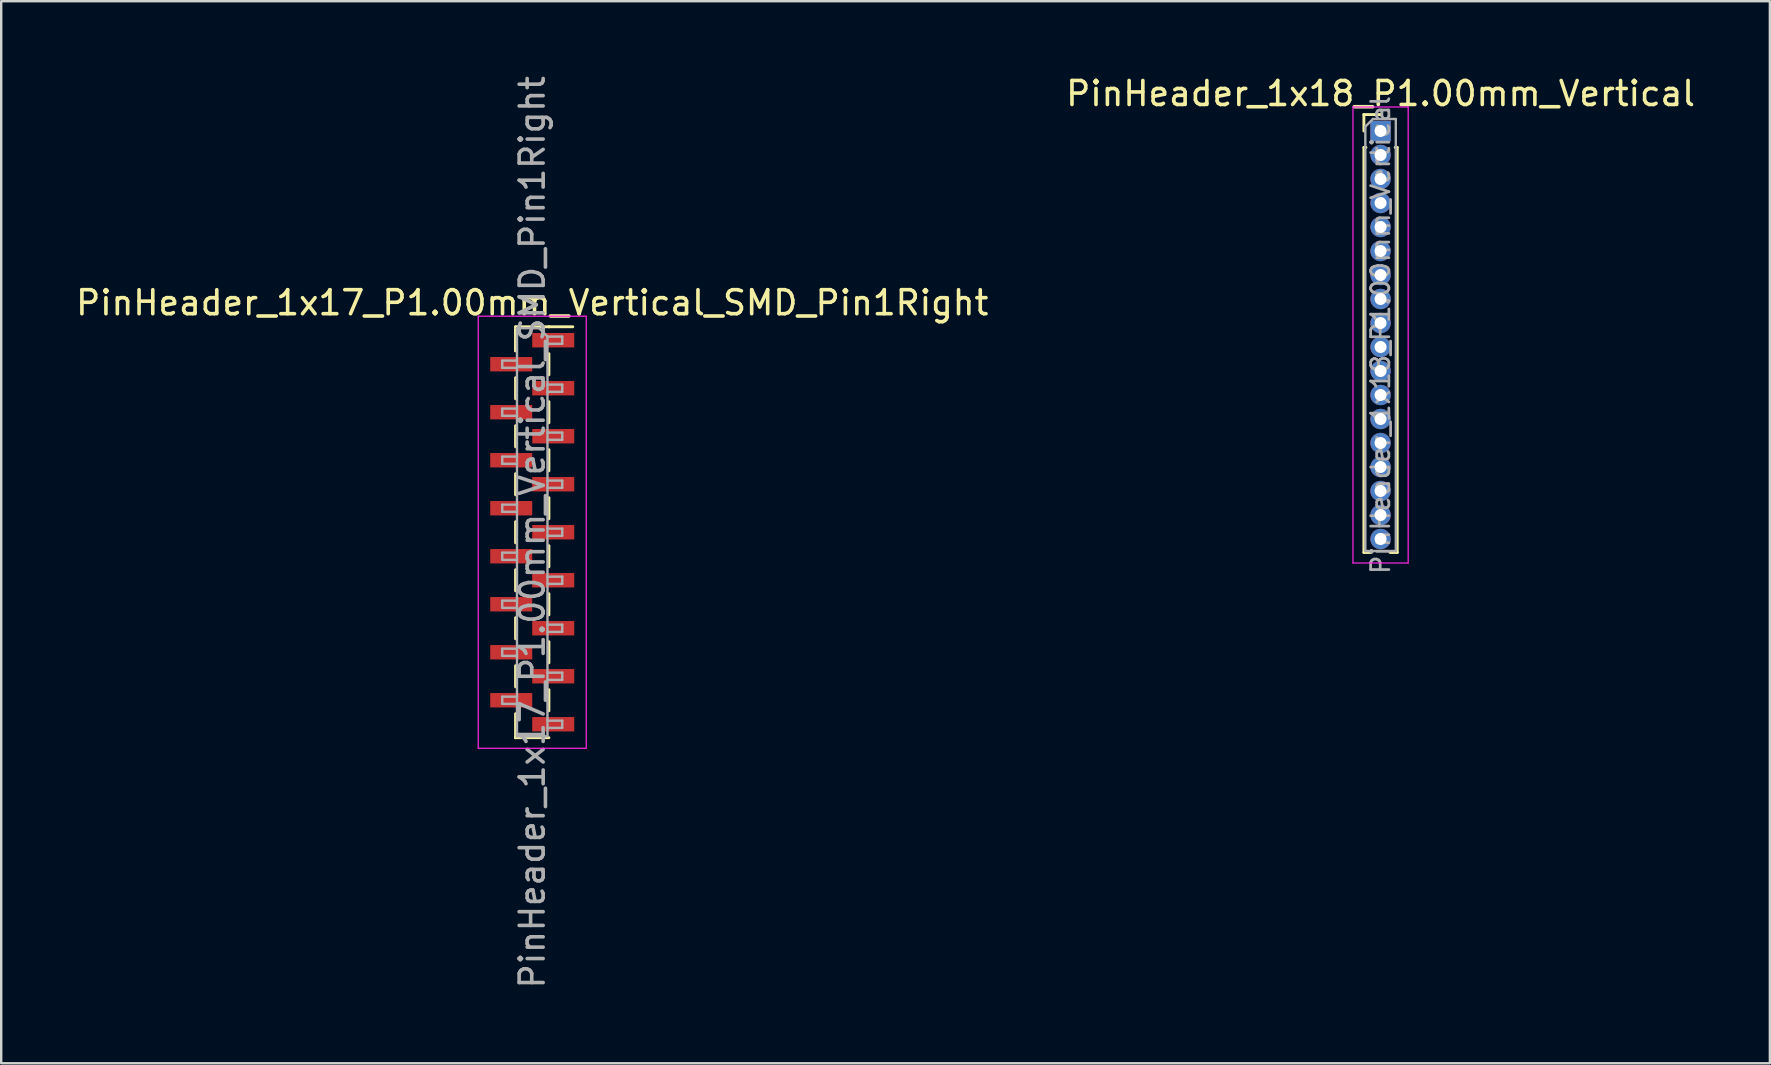
<source format=kicad_pcb>
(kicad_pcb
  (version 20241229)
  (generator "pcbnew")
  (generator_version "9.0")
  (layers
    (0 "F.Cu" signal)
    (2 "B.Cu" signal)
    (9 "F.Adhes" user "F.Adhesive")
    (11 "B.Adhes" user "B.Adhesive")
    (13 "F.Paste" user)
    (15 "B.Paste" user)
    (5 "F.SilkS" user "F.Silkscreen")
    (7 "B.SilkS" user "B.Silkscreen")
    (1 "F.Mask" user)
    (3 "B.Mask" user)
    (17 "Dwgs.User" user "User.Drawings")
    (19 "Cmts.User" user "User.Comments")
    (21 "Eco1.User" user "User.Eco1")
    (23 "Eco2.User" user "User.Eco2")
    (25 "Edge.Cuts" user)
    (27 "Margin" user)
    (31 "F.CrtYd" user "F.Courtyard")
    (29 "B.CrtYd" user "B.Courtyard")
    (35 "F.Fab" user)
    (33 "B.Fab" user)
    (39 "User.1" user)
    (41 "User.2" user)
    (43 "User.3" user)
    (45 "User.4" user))
  (footprint "PinHeader_1x18_P1.00mm_Vertical"
    (layer "F.Cu")
    (at 54.47 2.408)
    (property "Reference" "PinHeader_1x18_P1.00mm_Vertical" (at 0 -1.56 0) (layer "F.SilkS") (effects (font (size 1 1) (thickness 0.15))))
    (attr through_hole)
    (fp_line (start -0.695 -0.685) (end 0 -0.685) (stroke (width 0.12) (type solid)) (layer "F.SilkS"))
    (fp_line (start -0.695 0) (end -0.695 -0.685) (stroke (width 0.12) (type solid)) (layer "F.SilkS"))
    (fp_line (start -0.695 0.685) (end -0.695 17.56) (stroke (width 0.12) (type solid)) (layer "F.SilkS"))
    (fp_line (start -0.695 0.685) (end -0.608 0.685) (stroke (width 0.12) (type solid)) (layer "F.SilkS"))
    (fp_line (start -0.695 17.56) (end -0.394 17.56) (stroke (width 0.12) (type solid)) (layer "F.SilkS"))
    (fp_line (start 0.394 17.56) (end 0.695 17.56) (stroke (width 0.12) (type solid)) (layer "F.SilkS"))
    (fp_line (start 0.608 0.685) (end 0.695 0.685) (stroke (width 0.12) (type solid)) (layer "F.SilkS"))
    (fp_line (start 0.695 0.685) (end 0.695 17.56) (stroke (width 0.12) (type solid)) (layer "F.SilkS"))
    (fp_line (start -1.15 -1) (end -1.15 18) (stroke (width 0.05) (type solid)) (layer "F.CrtYd"))
    (fp_line (start -1.15 18) (end 1.15 18) (stroke (width 0.05) (type solid)) (layer "F.CrtYd"))
    (fp_line (start 1.15 -1) (end -1.15 -1) (stroke (width 0.05) (type solid)) (layer "F.CrtYd"))
    (fp_line (start 1.15 18) (end 1.15 -1) (stroke (width 0.05) (type solid)) (layer "F.CrtYd"))
    (fp_line (start -0.635 -0.182) (end -0.318 -0.5) (stroke (width 0.1) (type solid)) (layer "F.Fab"))
    (fp_line (start -0.635 17.5) (end -0.635 -0.182) (stroke (width 0.1) (type solid)) (layer "F.Fab"))
    (fp_line (start -0.318 -0.5) (end 0.635 -0.5) (stroke (width 0.1) (type solid)) (layer "F.Fab"))
    (fp_line (start 0.635 -0.5) (end 0.635 17.5) (stroke (width 0.1) (type solid)) (layer "F.Fab"))
    (fp_line (start 0.635 17.5) (end -0.635 17.5) (stroke (width 0.1) (type solid)) (layer "F.Fab"))
    (fp_text user "${REFERENCE}" (at 0 8.5 90) (layer "F.Fab") (effects (font (size 0.76 0.76) (thickness 0.114))))
    (pad "1" thru_hole rect (at 0 0) (size 0.85 0.85) (drill 0.5) (layers "*.Cu" "*.Mask"))
    (pad "2" thru_hole oval (at 0 1) (size 0.85 0.85) (drill 0.5) (layers "*.Cu" "*.Mask"))
    (pad "3" thru_hole oval (at 0 2) (size 0.85 0.85) (drill 0.5) (layers "*.Cu" "*.Mask"))
    (pad "4" thru_hole oval (at 0 3) (size 0.85 0.85) (drill 0.5) (layers "*.Cu" "*.Mask"))
    (pad "5" thru_hole oval (at 0 4) (size 0.85 0.85) (drill 0.5) (layers "*.Cu" "*.Mask"))
    (pad "6" thru_hole oval (at 0 5) (size 0.85 0.85) (drill 0.5) (layers "*.Cu" "*.Mask"))
    (pad "7" thru_hole oval (at 0 6) (size 0.85 0.85) (drill 0.5) (layers "*.Cu" "*.Mask"))
    (pad "8" thru_hole oval (at 0 7) (size 0.85 0.85) (drill 0.5) (layers "*.Cu" "*.Mask"))
    (pad "9" thru_hole oval (at 0 8) (size 0.85 0.85) (drill 0.5) (layers "*.Cu" "*.Mask"))
    (pad "10" thru_hole oval (at 0 9) (size 0.85 0.85) (drill 0.5) (layers "*.Cu" "*.Mask"))
    (pad "11" thru_hole oval (at 0 10) (size 0.85 0.85) (drill 0.5) (layers "*.Cu" "*.Mask"))
    (pad "12" thru_hole oval (at 0 11) (size 0.85 0.85) (drill 0.5) (layers "*.Cu" "*.Mask"))
    (pad "13" thru_hole oval (at 0 12) (size 0.85 0.85) (drill 0.5) (layers "*.Cu" "*.Mask"))
    (pad "14" thru_hole oval (at 0 13) (size 0.85 0.85) (drill 0.5) (layers "*.Cu" "*.Mask"))
    (pad "15" thru_hole oval (at 0 14) (size 0.85 0.85) (drill 0.5) (layers "*.Cu" "*.Mask"))
    (pad "16" thru_hole oval (at 0 15) (size 0.85 0.85) (drill 0.5) (layers "*.Cu" "*.Mask"))
    (pad "17" thru_hole oval (at 0 16) (size 0.85 0.85) (drill 0.5) (layers "*.Cu" "*.Mask"))
    (pad "18" thru_hole oval (at 0 17) (size 0.85 0.85) (drill 0.5) (layers "*.Cu" "*.Mask")))
  (footprint "PinHeader_1x17_P1.00mm_Vertical_SMD_Pin1Right"
    (layer "F.Cu")
    (at 19.125 19.125)
    (property "Reference" "PinHeader_1x17_P1.00mm_Vertical_SMD_Pin1Right" (at 0 -9.56 0) (layer "F.SilkS") (effects (font (size 1 1) (thickness 0.15))))
    (attr smd)
    (fp_line (start -0.695 -8.56) (end -0.695 -7.56) (stroke (width 0.12) (type solid)) (layer "F.SilkS"))
    (fp_line (start -0.695 -8.56) (end 0.695 -8.56) (stroke (width 0.12) (type solid)) (layer "F.SilkS"))
    (fp_line (start -0.695 -8.44) (end -0.695 -7.56) (stroke (width 0.12) (type solid)) (layer "F.SilkS"))
    (fp_line (start -0.695 -6.44) (end -0.695 -5.56) (stroke (width 0.12) (type solid)) (layer "F.SilkS"))
    (fp_line (start -0.695 -4.44) (end -0.695 -3.56) (stroke (width 0.12) (type solid)) (layer "F.SilkS"))
    (fp_line (start -0.695 -2.44) (end -0.695 -1.56) (stroke (width 0.12) (type solid)) (layer "F.SilkS"))
    (fp_line (start -0.695 -0.44) (end -0.695 0.44) (stroke (width 0.12) (type solid)) (layer "F.SilkS"))
    (fp_line (start -0.695 1.56) (end -0.695 2.44) (stroke (width 0.12) (type solid)) (layer "F.SilkS"))
    (fp_line (start -0.695 3.56) (end -0.695 4.44) (stroke (width 0.12) (type solid)) (layer "F.SilkS"))
    (fp_line (start -0.695 5.56) (end -0.695 6.44) (stroke (width 0.12) (type solid)) (layer "F.SilkS"))
    (fp_line (start -0.695 7.56) (end -0.695 8.56) (stroke (width 0.12) (type solid)) (layer "F.SilkS"))
    (fp_line (start -0.695 8.56) (end -0.695 8.56) (stroke (width 0.12) (type solid)) (layer "F.SilkS"))
    (fp_line (start -0.695 8.56) (end 0.695 8.56) (stroke (width 0.12) (type solid)) (layer "F.SilkS"))
    (fp_line (start 0.695 -8.56) (end 0.695 -8.56) (stroke (width 0.12) (type solid)) (layer "F.SilkS"))
    (fp_line (start 0.695 -8.56) (end 1.69 -8.56) (stroke (width 0.12) (type solid)) (layer "F.SilkS"))
    (fp_line (start 0.695 -7.44) (end 0.695 -6.56) (stroke (width 0.12) (type solid)) (layer "F.SilkS"))
    (fp_line (start 0.695 -5.44) (end 0.695 -4.56) (stroke (width 0.12) (type solid)) (layer "F.SilkS"))
    (fp_line (start 0.695 -3.44) (end 0.695 -2.56) (stroke (width 0.12) (type solid)) (layer "F.SilkS"))
    (fp_line (start 0.695 -1.44) (end 0.695 -0.56) (stroke (width 0.12) (type solid)) (layer "F.SilkS"))
    (fp_line (start 0.695 0.56) (end 0.695 1.44) (stroke (width 0.12) (type solid)) (layer "F.SilkS"))
    (fp_line (start 0.695 2.56) (end 0.695 3.44) (stroke (width 0.12) (type solid)) (layer "F.SilkS"))
    (fp_line (start 0.695 4.56) (end 0.695 5.44) (stroke (width 0.12) (type solid)) (layer "F.SilkS"))
    (fp_line (start 0.695 6.56) (end 0.695 7.44) (stroke (width 0.12) (type solid)) (layer "F.SilkS"))
    (fp_line (start -2.25 -9) (end -2.25 9) (stroke (width 0.05) (type solid)) (layer "F.CrtYd"))
    (fp_line (start -2.25 9) (end 2.25 9) (stroke (width 0.05) (type solid)) (layer "F.CrtYd"))
    (fp_line (start 2.25 -9) (end -2.25 -9) (stroke (width 0.05) (type solid)) (layer "F.CrtYd"))
    (fp_line (start 2.25 9) (end 2.25 -9) (stroke (width 0.05) (type solid)) (layer "F.CrtYd"))
    (fp_line (start -1.25 -7.15) (end -1.25 -6.85) (stroke (width 0.1) (type solid)) (layer "F.Fab"))
    (fp_line (start -1.25 -6.85) (end -0.635 -6.85) (stroke (width 0.1) (type solid)) (layer "F.Fab"))
    (fp_line (start -1.25 -5.15) (end -1.25 -4.85) (stroke (width 0.1) (type solid)) (layer "F.Fab"))
    (fp_line (start -1.25 -4.85) (end -0.635 -4.85) (stroke (width 0.1) (type solid)) (layer "F.Fab"))
    (fp_line (start -1.25 -3.15) (end -1.25 -2.85) (stroke (width 0.1) (type solid)) (layer "F.Fab"))
    (fp_line (start -1.25 -2.85) (end -0.635 -2.85) (stroke (width 0.1) (type solid)) (layer "F.Fab"))
    (fp_line (start -1.25 -1.15) (end -1.25 -0.85) (stroke (width 0.1) (type solid)) (layer "F.Fab"))
    (fp_line (start -1.25 -0.85) (end -0.635 -0.85) (stroke (width 0.1) (type solid)) (layer "F.Fab"))
    (fp_line (start -1.25 0.85) (end -1.25 1.15) (stroke (width 0.1) (type solid)) (layer "F.Fab"))
    (fp_line (start -1.25 1.15) (end -0.635 1.15) (stroke (width 0.1) (type solid)) (layer "F.Fab"))
    (fp_line (start -1.25 2.85) (end -1.25 3.15) (stroke (width 0.1) (type solid)) (layer "F.Fab"))
    (fp_line (start -1.25 3.15) (end -0.635 3.15) (stroke (width 0.1) (type solid)) (layer "F.Fab"))
    (fp_line (start -1.25 4.85) (end -1.25 5.15) (stroke (width 0.1) (type solid)) (layer "F.Fab"))
    (fp_line (start -1.25 5.15) (end -0.635 5.15) (stroke (width 0.1) (type solid)) (layer "F.Fab"))
    (fp_line (start -1.25 6.85) (end -1.25 7.15) (stroke (width 0.1) (type solid)) (layer "F.Fab"))
    (fp_line (start -1.25 7.15) (end -0.635 7.15) (stroke (width 0.1) (type solid)) (layer "F.Fab"))
    (fp_line (start -0.635 -8.5) (end -0.635 8.5) (stroke (width 0.1) (type solid)) (layer "F.Fab"))
    (fp_line (start -0.635 -8.5) (end 0.285 -8.5) (stroke (width 0.1) (type solid)) (layer "F.Fab"))
    (fp_line (start -0.635 -7.15) (end -1.25 -7.15) (stroke (width 0.1) (type solid)) (layer "F.Fab"))
    (fp_line (start -0.635 -5.15) (end -1.25 -5.15) (stroke (width 0.1) (type solid)) (layer "F.Fab"))
    (fp_line (start -0.635 -3.15) (end -1.25 -3.15) (stroke (width 0.1) (type solid)) (layer "F.Fab"))
    (fp_line (start -0.635 -1.15) (end -1.25 -1.15) (stroke (width 0.1) (type solid)) (layer "F.Fab"))
    (fp_line (start -0.635 0.85) (end -1.25 0.85) (stroke (width 0.1) (type solid)) (layer "F.Fab"))
    (fp_line (start -0.635 2.85) (end -1.25 2.85) (stroke (width 0.1) (type solid)) (layer "F.Fab"))
    (fp_line (start -0.635 4.85) (end -1.25 4.85) (stroke (width 0.1) (type solid)) (layer "F.Fab"))
    (fp_line (start -0.635 6.85) (end -1.25 6.85) (stroke (width 0.1) (type solid)) (layer "F.Fab"))
    (fp_line (start 0.635 -8.15) (end 0.285 -8.5) (stroke (width 0.1) (type solid)) (layer "F.Fab"))
    (fp_line (start 0.635 -8.15) (end 1.25 -8.15) (stroke (width 0.1) (type solid)) (layer "F.Fab"))
    (fp_line (start 0.635 -6.15) (end 1.25 -6.15) (stroke (width 0.1) (type solid)) (layer "F.Fab"))
    (fp_line (start 0.635 -4.15) (end 1.25 -4.15) (stroke (width 0.1) (type solid)) (layer "F.Fab"))
    (fp_line (start 0.635 -2.15) (end 1.25 -2.15) (stroke (width 0.1) (type solid)) (layer "F.Fab"))
    (fp_line (start 0.635 -0.15) (end 1.25 -0.15) (stroke (width 0.1) (type solid)) (layer "F.Fab"))
    (fp_line (start 0.635 1.85) (end 1.25 1.85) (stroke (width 0.1) (type solid)) (layer "F.Fab"))
    (fp_line (start 0.635 3.85) (end 1.25 3.85) (stroke (width 0.1) (type solid)) (layer "F.Fab"))
    (fp_line (start 0.635 5.85) (end 1.25 5.85) (stroke (width 0.1) (type solid)) (layer "F.Fab"))
    (fp_line (start 0.635 7.85) (end 1.25 7.85) (stroke (width 0.1) (type solid)) (layer "F.Fab"))
    (fp_line (start 0.635 8.5) (end -0.635 8.5) (stroke (width 0.1) (type solid)) (layer "F.Fab"))
    (fp_line (start 0.635 8.5) (end 0.635 -8.15) (stroke (width 0.1) (type solid)) (layer "F.Fab"))
    (fp_line (start 1.25 -8.15) (end 1.25 -7.85) (stroke (width 0.1) (type solid)) (layer "F.Fab"))
    (fp_line (start 1.25 -7.85) (end 0.635 -7.85) (stroke (width 0.1) (type solid)) (layer "F.Fab"))
    (fp_line (start 1.25 -6.15) (end 1.25 -5.85) (stroke (width 0.1) (type solid)) (layer "F.Fab"))
    (fp_line (start 1.25 -5.85) (end 0.635 -5.85) (stroke (width 0.1) (type solid)) (layer "F.Fab"))
    (fp_line (start 1.25 -4.15) (end 1.25 -3.85) (stroke (width 0.1) (type solid)) (layer "F.Fab"))
    (fp_line (start 1.25 -3.85) (end 0.635 -3.85) (stroke (width 0.1) (type solid)) (layer "F.Fab"))
    (fp_line (start 1.25 -2.15) (end 1.25 -1.85) (stroke (width 0.1) (type solid)) (layer "F.Fab"))
    (fp_line (start 1.25 -1.85) (end 0.635 -1.85) (stroke (width 0.1) (type solid)) (layer "F.Fab"))
    (fp_line (start 1.25 -0.15) (end 1.25 0.15) (stroke (width 0.1) (type solid)) (layer "F.Fab"))
    (fp_line (start 1.25 0.15) (end 0.635 0.15) (stroke (width 0.1) (type solid)) (layer "F.Fab"))
    (fp_line (start 1.25 1.85) (end 1.25 2.15) (stroke (width 0.1) (type solid)) (layer "F.Fab"))
    (fp_line (start 1.25 2.15) (end 0.635 2.15) (stroke (width 0.1) (type solid)) (layer "F.Fab"))
    (fp_line (start 1.25 3.85) (end 1.25 4.15) (stroke (width 0.1) (type solid)) (layer "F.Fab"))
    (fp_line (start 1.25 4.15) (end 0.635 4.15) (stroke (width 0.1) (type solid)) (layer "F.Fab"))
    (fp_line (start 1.25 5.85) (end 1.25 6.15) (stroke (width 0.1) (type solid)) (layer "F.Fab"))
    (fp_line (start 1.25 6.15) (end 0.635 6.15) (stroke (width 0.1) (type solid)) (layer "F.Fab"))
    (fp_line (start 1.25 7.85) (end 1.25 8.15) (stroke (width 0.1) (type solid)) (layer "F.Fab"))
    (fp_line (start 1.25 8.15) (end 0.635 8.15) (stroke (width 0.1) (type solid)) (layer "F.Fab"))
    (fp_text user "${REFERENCE}" (at 0 0 90) (layer "F.Fab") (effects (font (size 1 1) (thickness 0.15))))
    (pad "1" smd rect (at 0.875 -8) (size 1.75 0.6) (layers "F.Cu" "F.Mask" "F.Paste"))
    (pad "2" smd rect (at -0.875 -7) (size 1.75 0.6) (layers "F.Cu" "F.Mask" "F.Paste"))
    (pad "3" smd rect (at 0.875 -6) (size 1.75 0.6) (layers "F.Cu" "F.Mask" "F.Paste"))
    (pad "4" smd rect (at -0.875 -5) (size 1.75 0.6) (layers "F.Cu" "F.Mask" "F.Paste"))
    (pad "5" smd rect (at 0.875 -4) (size 1.75 0.6) (layers "F.Cu" "F.Mask" "F.Paste"))
    (pad "6" smd rect (at -0.875 -3) (size 1.75 0.6) (layers "F.Cu" "F.Mask" "F.Paste"))
    (pad "7" smd rect (at 0.875 -2) (size 1.75 0.6) (layers "F.Cu" "F.Mask" "F.Paste"))
    (pad "8" smd rect (at -0.875 -1) (size 1.75 0.6) (layers "F.Cu" "F.Mask" "F.Paste"))
    (pad "9" smd rect (at 0.875 0) (size 1.75 0.6) (layers "F.Cu" "F.Mask" "F.Paste"))
    (pad "10" smd rect (at -0.875 1) (size 1.75 0.6) (layers "F.Cu" "F.Mask" "F.Paste"))
    (pad "11" smd rect (at 0.875 2) (size 1.75 0.6) (layers "F.Cu" "F.Mask" "F.Paste"))
    (pad "12" smd rect (at -0.875 3) (size 1.75 0.6) (layers "F.Cu" "F.Mask" "F.Paste"))
    (pad "13" smd rect (at 0.875 4) (size 1.75 0.6) (layers "F.Cu" "F.Mask" "F.Paste"))
    (pad "14" smd rect (at -0.875 5) (size 1.75 0.6) (layers "F.Cu" "F.Mask" "F.Paste"))
    (pad "15" smd rect (at 0.875 6) (size 1.75 0.6) (layers "F.Cu" "F.Mask" "F.Paste"))
    (pad "16" smd rect (at -0.875 7) (size 1.75 0.6) (layers "F.Cu" "F.Mask" "F.Paste"))
    (pad "17" smd rect (at 0.875 8) (size 1.75 0.6) (layers "F.Cu" "F.Mask" "F.Paste")))
  (gr_rect
    (start -3 -3)
    (end 70.69 41.25)
    (stroke (width 0.1) (type default))
    (fill no)
    (layer "Edge.Cuts")))
</source>
